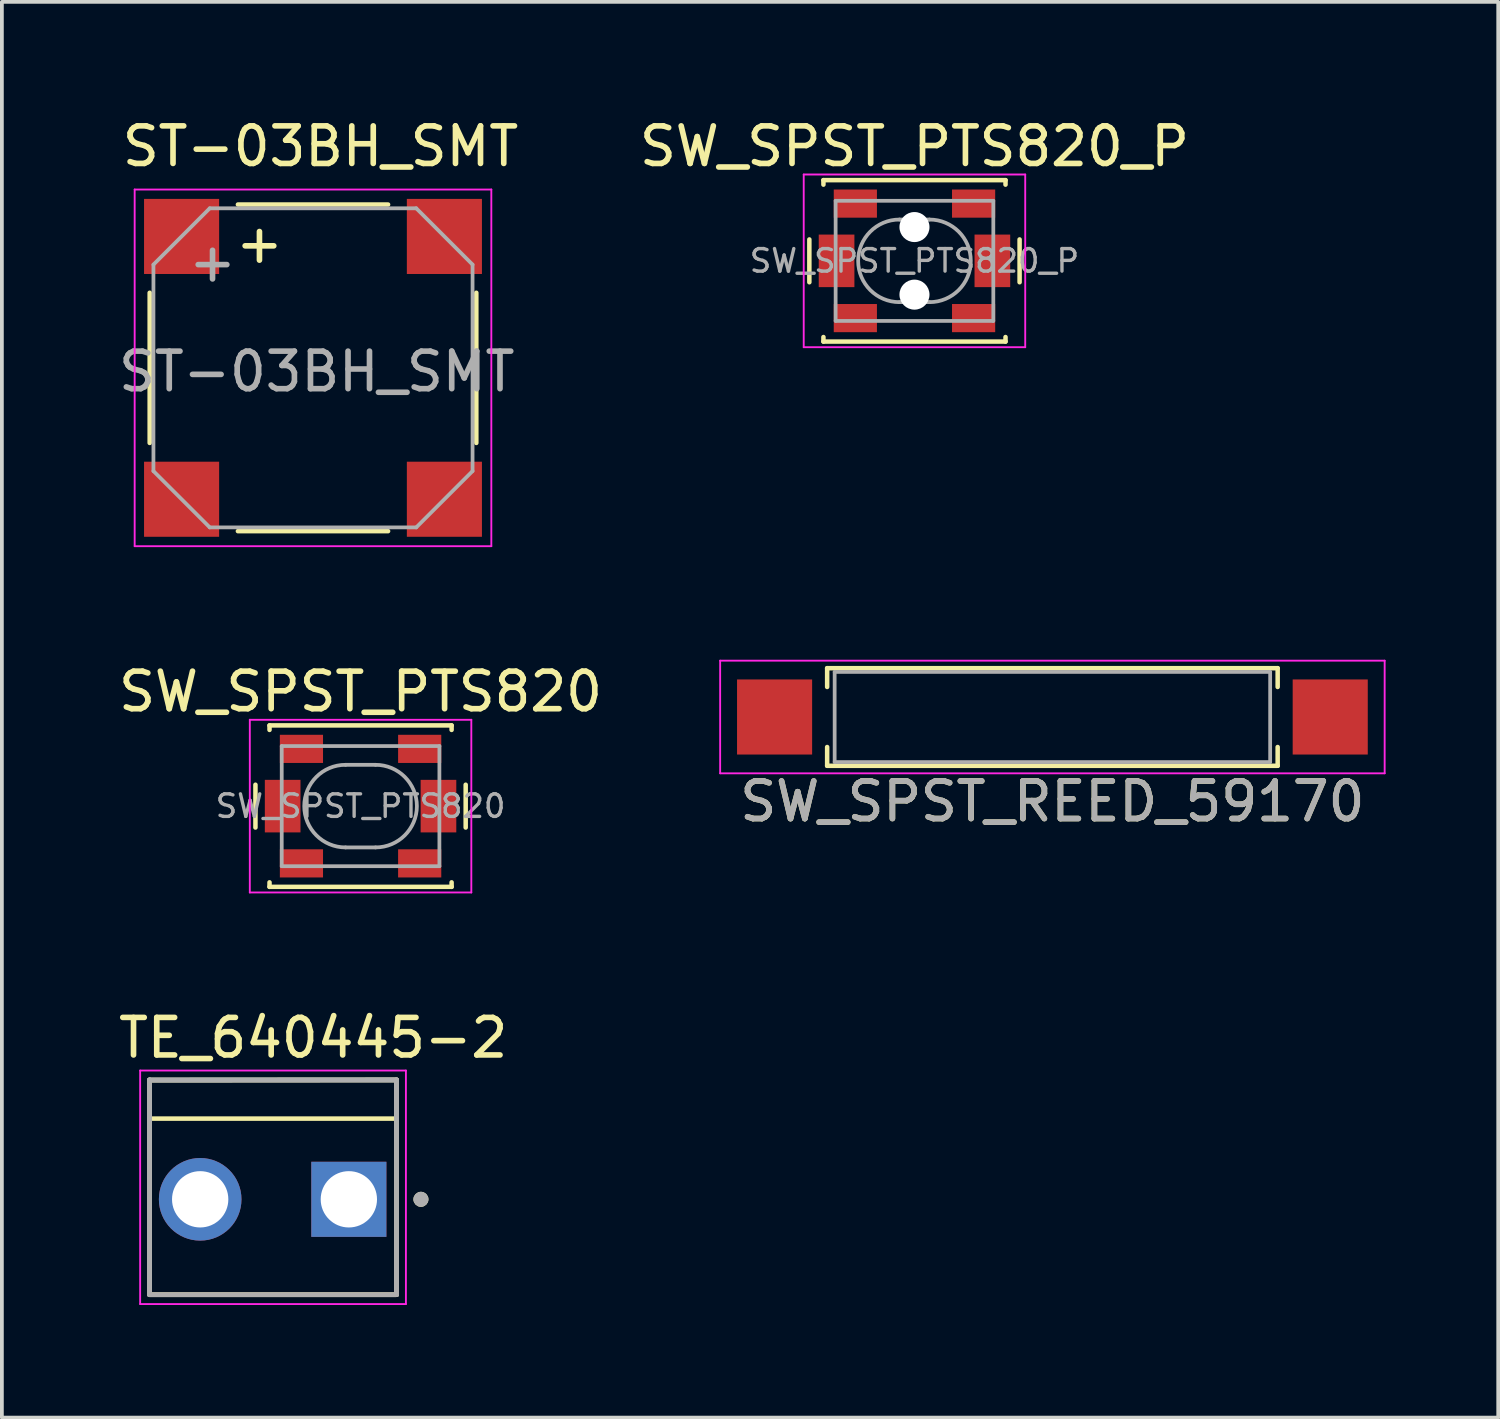
<source format=kicad_pcb>
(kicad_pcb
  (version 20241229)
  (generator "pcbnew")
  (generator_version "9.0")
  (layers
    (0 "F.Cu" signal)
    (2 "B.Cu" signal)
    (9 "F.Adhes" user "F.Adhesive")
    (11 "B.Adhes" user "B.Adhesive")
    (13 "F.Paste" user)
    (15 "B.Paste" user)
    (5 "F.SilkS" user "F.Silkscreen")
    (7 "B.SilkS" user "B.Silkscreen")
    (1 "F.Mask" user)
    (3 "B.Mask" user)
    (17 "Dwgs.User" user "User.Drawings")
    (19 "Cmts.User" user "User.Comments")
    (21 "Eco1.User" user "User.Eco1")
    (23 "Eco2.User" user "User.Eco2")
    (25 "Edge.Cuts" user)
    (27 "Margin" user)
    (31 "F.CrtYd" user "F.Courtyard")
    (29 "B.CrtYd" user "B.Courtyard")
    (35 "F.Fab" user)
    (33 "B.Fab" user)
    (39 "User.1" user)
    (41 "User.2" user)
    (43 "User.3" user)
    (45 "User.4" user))
  (footprint "SW_SPST_REED_59170"
    (layer "F.Cu")
    (at 24.982 16.048)
    (property "Reference" "SW_SPST_REED_59170" (at 0 2.25 0) (layer "F.SilkS") (effects (font (size 1 1) (thickness 0.15))))
    (attr smd)
    (fp_line (start -6 -1.3) (end -6 -0.8) (stroke (width 0.12) (type solid)) (layer "F.SilkS"))
    (fp_line (start -6 0.8) (end -6 1.3) (stroke (width 0.12) (type solid)) (layer "F.SilkS"))
    (fp_line (start -6 1.3) (end 6 1.3) (stroke (width 0.12) (type solid)) (layer "F.SilkS"))
    (fp_line (start 6 -1.3) (end -6 -1.3) (stroke (width 0.12) (type solid)) (layer "F.SilkS"))
    (fp_line (start 6 -0.8) (end 6 -1.3) (stroke (width 0.12) (type solid)) (layer "F.SilkS"))
    (fp_line (start 6 1.3) (end 6 0.8) (stroke (width 0.12) (type solid)) (layer "F.SilkS"))
    (fp_line (start -8.85 -1.5) (end 8.85 -1.5) (stroke (width 0.05) (type solid)) (layer "F.CrtYd"))
    (fp_line (start -8.85 1.5) (end -8.85 -1.5) (stroke (width 0.05) (type solid)) (layer "F.CrtYd"))
    (fp_line (start 8.85 -1.5) (end 8.85 1.5) (stroke (width 0.05) (type solid)) (layer "F.CrtYd"))
    (fp_line (start 8.85 1.5) (end -8.85 1.5) (stroke (width 0.05) (type solid)) (layer "F.CrtYd"))
    (fp_line (start -5.8 -1.2) (end 5.8 -1.2) (stroke (width 0.1) (type solid)) (layer "F.Fab"))
    (fp_line (start -5.8 1.2) (end -5.8 -1.2) (stroke (width 0.1) (type solid)) (layer "F.Fab"))
    (fp_line (start 5.8 -1.2) (end 5.8 1.2) (stroke (width 0.1) (type solid)) (layer "F.Fab"))
    (fp_line (start 5.8 1.2) (end -5.8 1.2) (stroke (width 0.1) (type solid)) (layer "F.Fab"))
    (fp_text user "${REFERENCE}" (at 0 2.25 0) (layer "F.Fab") (effects (font (size 1 1) (thickness 0.15))))
    (pad "1" smd rect (at -7.4 0) (size 2 2) (layers "F.Cu" "F.Mask" "F.Paste"))
    (pad "2" smd rect (at 7.4 0) (size 2 2) (layers "F.Cu" "F.Mask" "F.Paste")))
  (footprint "TE_640445-2"
    (layer "F.Cu")
    (at 6.242 28.895)
    (property "Reference" "TE_640445-2" (at -0.95 -4.3 0) (layer "F.SilkS") (effects (font (size 1 1) (thickness 0.15))))
    (attr through_hole)
    (fp_line (start -5.309 -2.15) (end 1.25 -2.15) (stroke (width 0.12) (type solid)) (layer "F.SilkS"))
    (fp_line (start -5.309 2.54) (end -5.309 -3.18) (stroke (width 0.127) (type solid)) (layer "F.SilkS"))
    (fp_line (start 1.27 -3.18) (end -5.309 -3.175) (stroke (width 0.127) (type solid)) (layer "F.SilkS"))
    (fp_line (start 1.27 -3.18) (end 1.27 2.54) (stroke (width 0.127) (type solid)) (layer "F.SilkS"))
    (fp_line (start 1.27 2.54) (end -5.309 2.54) (stroke (width 0.127) (type solid)) (layer "F.SilkS"))
    (fp_circle (center 1.92 0) (end 2.02 0) (stroke (width 0.2) (type solid)) (fill no) (layer "F.SilkS"))
    (fp_line (start -5.559 -3.43) (end 1.52 -3.43) (stroke (width 0.05) (type solid)) (layer "F.CrtYd"))
    (fp_line (start -5.559 2.79) (end -5.559 -3.43) (stroke (width 0.05) (type solid)) (layer "F.CrtYd"))
    (fp_line (start 1.52 -3.43) (end 1.52 2.79) (stroke (width 0.05) (type solid)) (layer "F.CrtYd"))
    (fp_line (start 1.52 2.79) (end -5.559 2.79) (stroke (width 0.05) (type solid)) (layer "F.CrtYd"))
    (fp_line (start -5.309 -3.18) (end 1.27 -3.18) (stroke (width 0.127) (type solid)) (layer "F.Fab"))
    (fp_line (start -5.309 -3.175) (end 1.27 -3.18) (stroke (width 0.127) (type solid)) (layer "F.Fab"))
    (fp_line (start -5.309 2.54) (end -5.309 -3.18) (stroke (width 0.127) (type solid)) (layer "F.Fab"))
    (fp_line (start -5.309 2.54) (end -5.309 -3.18) (stroke (width 0.127) (type solid)) (layer "F.Fab"))
    (fp_line (start 1.27 -3.18) (end 1.27 2.54) (stroke (width 0.127) (type solid)) (layer "F.Fab"))
    (fp_line (start 1.27 -3.18) (end 1.27 2.54) (stroke (width 0.127) (type solid)) (layer "F.Fab"))
    (fp_line (start 1.27 2.54) (end -5.309 2.54) (stroke (width 0.127) (type solid)) (layer "F.Fab"))
    (fp_circle (center 1.92 0) (end 2.02 0) (stroke (width 0.2) (type solid)) (fill no) (layer "F.Fab"))
    (pad "1" thru_hole rect (at 0 0) (size 2 2) (drill 1.5) (layers "*.Cu" "*.Mask"))
    (pad "2" thru_hole circle (at -3.96 0) (size 2.2 2.2) (drill 1.5) (layers "*.Cu" "*.Mask")))
  (footprint "SW_SPST_PTS820"
    (layer "F.Cu")
    (at 6.554 18.422)
    (property "Reference" "SW_SPST_PTS820" (at 0 -3.05 0) (layer "F.SilkS") (effects (font (size 1 1) (thickness 0.15))))
    (attr smd)
    (fp_line (start -2.8 -0.57) (end -2.8 0.57) (stroke (width 0.12) (type solid)) (layer "F.SilkS"))
    (fp_line (start -2.425 -2.15) (end -2.425 -2.03) (stroke (width 0.12) (type solid)) (layer "F.SilkS"))
    (fp_line (start -2.425 2.03) (end -2.425 2.15) (stroke (width 0.12) (type solid)) (layer "F.SilkS"))
    (fp_line (start -2.425 2.15) (end 2.425 2.15) (stroke (width 0.12) (type solid)) (layer "F.SilkS"))
    (fp_line (start 2.425 -2.15) (end -2.425 -2.15) (stroke (width 0.12) (type solid)) (layer "F.SilkS"))
    (fp_line (start 2.425 -2.03) (end 2.425 -2.15) (stroke (width 0.12) (type solid)) (layer "F.SilkS"))
    (fp_line (start 2.425 2.15) (end 2.425 2.03) (stroke (width 0.12) (type solid)) (layer "F.SilkS"))
    (fp_line (start 2.8 0.57) (end 2.8 -0.57) (stroke (width 0.12) (type solid)) (layer "F.SilkS"))
    (fp_line (start -2.95 -2.3) (end 2.95 -2.3) (stroke (width 0.05) (type solid)) (layer "F.CrtYd"))
    (fp_line (start -2.95 2.3) (end -2.95 -2.3) (stroke (width 0.05) (type solid)) (layer "F.CrtYd"))
    (fp_line (start 2.95 -2.3) (end 2.95 2.3) (stroke (width 0.05) (type solid)) (layer "F.CrtYd"))
    (fp_line (start 2.95 2.3) (end -2.95 2.3) (stroke (width 0.05) (type solid)) (layer "F.CrtYd"))
    (fp_line (start -2.1 -1.6) (end -2.1 1.6) (stroke (width 0.1) (type solid)) (layer "F.Fab"))
    (fp_line (start -2.1 1.6) (end 2.1 1.6) (stroke (width 0.1) (type solid)) (layer "F.Fab"))
    (fp_line (start -0.4 -1.1) (end 0.4 -1.1) (stroke (width 0.1) (type solid)) (layer "F.Fab"))
    (fp_line (start 0.4 1.1) (end -0.4 1.1) (stroke (width 0.1) (type solid)) (layer "F.Fab"))
    (fp_line (start 2.1 -1.6) (end -2.1 -1.6) (stroke (width 0.1) (type solid)) (layer "F.Fab"))
    (fp_line (start 2.1 1.6) (end 2.1 -1.6) (stroke (width 0.1) (type solid)) (layer "F.Fab"))
    (fp_arc (start -0.4 1.1) (mid -1.5 0) (end -0.4 -1.1) (stroke (width 0.1) (type solid)) (layer "F.Fab"))
    (fp_arc (start 0.4 -1.1) (mid 1.5 0) (end 0.4 1.1) (stroke (width 0.1) (type solid)) (layer "F.Fab"))
    (fp_text user "${REFERENCE}" (at 0 0 0) (layer "F.Fab") (effects (font (size 0.6 0.6) (thickness 0.09))))
    (pad "0" smd rect (at -1.575 -1.525) (size 1.15 0.75) (layers "F.Cu" "F.Mask" "F.Paste"))
    (pad "0" smd rect (at -1.575 1.525) (size 1.15 0.75) (layers "F.Cu" "F.Mask" "F.Paste"))
    (pad "0" smd rect (at 1.575 -1.525) (size 1.15 0.75) (layers "F.Cu" "F.Mask" "F.Paste"))
    (pad "0" smd rect (at 1.575 1.525) (size 1.15 0.75) (layers "F.Cu" "F.Mask" "F.Paste"))
    (pad "1" smd rect (at -2.075 0) (size 0.95 1.4) (layers "F.Cu" "F.Mask" "F.Paste"))
    (pad "2" smd rect (at 2.075 0) (size 0.95 1.4) (layers "F.Cu" "F.Mask" "F.Paste")))
  (footprint "ST-03BH_SMT"
    (layer "F.Cu")
    (at 5.287 6.748)
    (property "Reference" "ST-03BH_SMT" (at 0.2 -5.9 0) (layer "F.SilkS") (effects (font (size 1 1) (thickness 0.15))))
    (attr smd)
    (fp_line (start -4.35 -2) (end -4.35 2) (stroke (width 0.12) (type solid)) (layer "F.SilkS"))
    (fp_line (start -2 4.35) (end 2 4.35) (stroke (width 0.12) (type solid)) (layer "F.SilkS"))
    (fp_line (start 2 -4.35) (end -2 -4.35) (stroke (width 0.12) (type solid)) (layer "F.SilkS"))
    (fp_line (start 4.35 2) (end 4.35 -2) (stroke (width 0.12) (type solid)) (layer "F.SilkS"))
    (fp_line (start -4.75 -4.75) (end 4.75 -4.75) (stroke (width 0.05) (type solid)) (layer "F.CrtYd"))
    (fp_line (start -4.75 4.75) (end -4.75 -4.75) (stroke (width 0.05) (type solid)) (layer "F.CrtYd"))
    (fp_line (start 4.75 -4.75) (end 4.75 4.75) (stroke (width 0.05) (type solid)) (layer "F.CrtYd"))
    (fp_line (start 4.75 4.75) (end -4.75 4.75) (stroke (width 0.05) (type solid)) (layer "F.CrtYd"))
    (fp_line (start -4.25 -2.75) (end -2.75 -4.25) (stroke (width 0.1) (type solid)) (layer "F.Fab"))
    (fp_line (start -4.25 2.75) (end -4.25 -2.75) (stroke (width 0.1) (type solid)) (layer "F.Fab"))
    (fp_line (start -2.75 -4.25) (end 2.75 -4.25) (stroke (width 0.1) (type solid)) (layer "F.Fab"))
    (fp_line (start -2.75 4.25) (end -4.25 2.75) (stroke (width 0.1) (type solid)) (layer "F.Fab"))
    (fp_line (start 2.75 -4.25) (end 4.25 -2.75) (stroke (width 0.1) (type solid)) (layer "F.Fab"))
    (fp_line (start 2.75 4.25) (end -2.75 4.25) (stroke (width 0.1) (type solid)) (layer "F.Fab"))
    (fp_line (start 4.25 -2.75) (end 4.25 2.75) (stroke (width 0.1) (type solid)) (layer "F.Fab"))
    (fp_line (start 4.25 2.75) (end 2.75 4.25) (stroke (width 0.1) (type solid)) (layer "F.Fab"))
    (fp_text user "+" (at -1.5 -3.25 270) (layer "F.SilkS") (effects (font (size 1 1) (thickness 0.15))))
    (fp_text user "${REFERENCE}" (at 0.1 0.1 0) (layer "F.Fab") (effects (font (size 1 1) (thickness 0.15))))
    (fp_text user "+" (at -2.75 -2.75 270) (layer "F.Fab") (effects (font (size 1 1) (thickness 0.15))))
    (pad "1" smd rect (at -3.5 -3.5 270) (size 2 2) (layers "F.Cu" "F.Mask" "F.Paste"))
    (pad "2" smd rect (at -3.5 3.5 270) (size 2 2) (layers "F.Cu" "F.Mask" "F.Paste"))
    (pad "3" smd rect (at 3.5 3.5 270) (size 2 2) (layers "F.Cu" "F.Mask" "F.Paste"))
    (pad "4" smd rect (at 3.5 -3.5 270) (size 2 2) (layers "F.Cu" "F.Mask" "F.Paste")))
  (footprint "SW_SPST_PTS820_P"
    (layer "F.Cu")
    (at 21.308 3.898)
    (property "Reference" "SW_SPST_PTS820_P" (at 0 -3.05 0) (layer "F.SilkS") (effects (font (size 1 1) (thickness 0.15))))
    (attr smd)
    (fp_line (start -2.8 -0.57) (end -2.8 0.57) (stroke (width 0.12) (type solid)) (layer "F.SilkS"))
    (fp_line (start -2.425 -2.15) (end -2.425 -2.03) (stroke (width 0.12) (type solid)) (layer "F.SilkS"))
    (fp_line (start -2.425 2.03) (end -2.425 2.15) (stroke (width 0.12) (type solid)) (layer "F.SilkS"))
    (fp_line (start -2.425 2.15) (end 2.425 2.15) (stroke (width 0.12) (type solid)) (layer "F.SilkS"))
    (fp_line (start 2.425 -2.15) (end -2.425 -2.15) (stroke (width 0.12) (type solid)) (layer "F.SilkS"))
    (fp_line (start 2.425 -2.03) (end 2.425 -2.15) (stroke (width 0.12) (type solid)) (layer "F.SilkS"))
    (fp_line (start 2.425 2.15) (end 2.425 2.03) (stroke (width 0.12) (type solid)) (layer "F.SilkS"))
    (fp_line (start 2.8 0.57) (end 2.8 -0.57) (stroke (width 0.12) (type solid)) (layer "F.SilkS"))
    (fp_line (start -2.95 -2.3) (end 2.95 -2.3) (stroke (width 0.05) (type solid)) (layer "F.CrtYd"))
    (fp_line (start -2.95 2.3) (end -2.95 -2.3) (stroke (width 0.05) (type solid)) (layer "F.CrtYd"))
    (fp_line (start 2.95 -2.3) (end 2.95 2.3) (stroke (width 0.05) (type solid)) (layer "F.CrtYd"))
    (fp_line (start 2.95 2.3) (end -2.95 2.3) (stroke (width 0.05) (type solid)) (layer "F.CrtYd"))
    (fp_line (start -2.1 -1.6) (end -2.1 1.6) (stroke (width 0.1) (type solid)) (layer "F.Fab"))
    (fp_line (start -2.1 1.6) (end 2.1 1.6) (stroke (width 0.1) (type solid)) (layer "F.Fab"))
    (fp_line (start -0.4 -1.1) (end 0.4 -1.1) (stroke (width 0.1) (type solid)) (layer "F.Fab"))
    (fp_line (start 0.4 1.1) (end -0.4 1.1) (stroke (width 0.1) (type solid)) (layer "F.Fab"))
    (fp_line (start 2.1 -1.6) (end -2.1 -1.6) (stroke (width 0.1) (type solid)) (layer "F.Fab"))
    (fp_line (start 2.1 1.6) (end 2.1 -1.6) (stroke (width 0.1) (type solid)) (layer "F.Fab"))
    (fp_arc (start -0.4 1.1) (mid -1.5 0) (end -0.4 -1.1) (stroke (width 0.1) (type solid)) (layer "F.Fab"))
    (fp_arc (start 0.4 -1.1) (mid 1.5 0) (end 0.4 1.1) (stroke (width 0.1) (type solid)) (layer "F.Fab"))
    (fp_text user "${REFERENCE}" (at 0 0 0) (layer "F.Fab") (effects (font (size 0.6 0.6) (thickness 0.09))))
    (pad "" np_thru_hole circle (at 0 -0.9) (size 0.8 0.8) (drill 0.8) (layers "*.Cu" "*.Mask"))
    (pad "" np_thru_hole circle (at 0 0.9) (size 0.8 0.8) (drill 0.8) (layers "*.Cu" "*.Mask"))
    (pad "0" smd rect (at -1.575 -1.525) (size 1.15 0.75) (layers "F.Cu" "F.Mask" "F.Paste"))
    (pad "0" smd rect (at -1.575 1.525) (size 1.15 0.75) (layers "F.Cu" "F.Mask" "F.Paste"))
    (pad "0" smd rect (at 1.575 -1.525) (size 1.15 0.75) (layers "F.Cu" "F.Mask" "F.Paste"))
    (pad "0" smd rect (at 1.575 1.525) (size 1.15 0.75) (layers "F.Cu" "F.Mask" "F.Paste"))
    (pad "1" smd rect (at -2.075 0) (size 0.95 1.4) (layers "F.Cu" "F.Mask" "F.Paste"))
    (pad "2" smd rect (at 2.075 0) (size 0.95 1.4) (layers "F.Cu" "F.Mask" "F.Paste")))
  (gr_rect
    (start -3 -3)
    (end 36.857 34.71)
    (stroke (width 0.1) (type default))
    (fill no)
    (layer "Edge.Cuts")))
</source>
